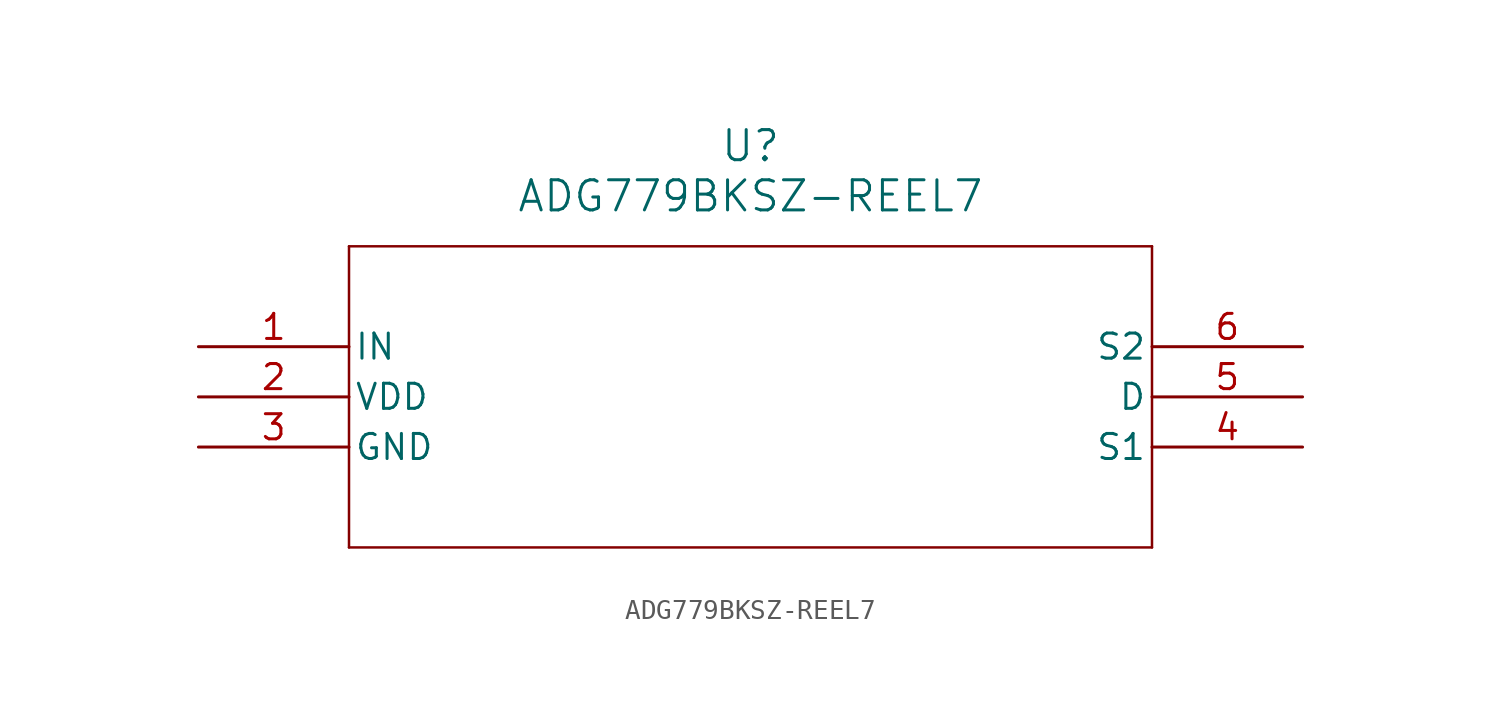
<source format=kicad_sym>
(kicad_symbol_lib
  (version 20211014)
  (generator kicad_symbol_editor)
  (symbol "ADG779BKSZ-REEL7"
    (pin_names
      (offset 0.254))
    (property "Reference" "U"
      (at 27.94 10.16 0)
      (effects (font (size 1.524 1.524))))
    (property "Value" "ADG779BKSZ-REEL7"
      (at 27.94 7.62 0)
      (effects (font (size 1.524 1.524))))
    (symbol "ADG779BKSZ-REEL7_0_1"
      (polyline (pts (xy 7.62 5.08) (xy 7.62 -10.16)) (stroke (width 0.127) (type default) (color 0 0 0 0)) (fill (type none)))
      (polyline (pts (xy 7.62 -10.16) (xy 48.26 -10.16)) (stroke (width 0.127) (type default) (color 0 0 0 0)) (fill (type none)))
      (polyline (pts (xy 48.26 -10.16) (xy 48.26 5.08)) (stroke (width 0.127) (type default) (color 0 0 0 0)) (fill (type none)))
      (polyline (pts (xy 48.26 5.08) (xy 7.62 5.08)) (stroke (width 0.127) (type default) (color 0 0 0 0)) (fill (type none)))
      (pin input line (at 0 0 0) (length 7.62) (name "IN" (effects (font (size 1.27 1.27)))) (number "1" (effects (font (size 1.27 1.27)))))
      (pin power_in line (at 0 -2.54 0) (length 7.62) (name "VDD" (effects (font (size 1.27 1.27)))) (number "2" (effects (font (size 1.27 1.27)))))
      (pin power_in line (at 0 -5.08 0) (length 7.62) (name "GND" (effects (font (size 1.27 1.27)))) (number "3" (effects (font (size 1.27 1.27)))))
      (pin bidirectional line (at 55.88 -5.08 180) (length 7.62) (name "S1" (effects (font (size 1.27 1.27)))) (number "4" (effects (font (size 1.27 1.27)))))
      (pin bidirectional line (at 55.88 -2.54 180) (length 7.62) (name "D" (effects (font (size 1.27 1.27)))) (number "5" (effects (font (size 1.27 1.27)))))
      (pin bidirectional line (at 55.88 0 180) (length 7.62) (name "S2" (effects (font (size 1.27 1.27)))) (number "6" (effects (font (size 1.27 1.27))))))))
</source>
